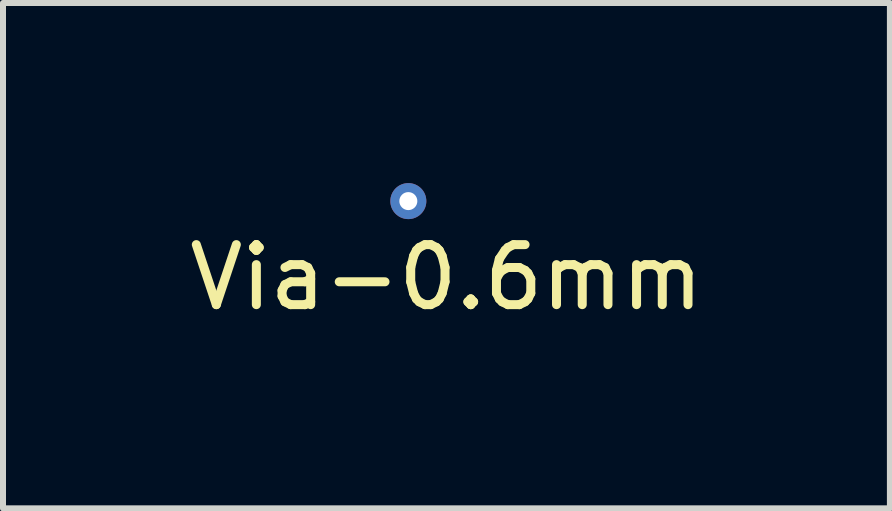
<source format=kicad_pcb>
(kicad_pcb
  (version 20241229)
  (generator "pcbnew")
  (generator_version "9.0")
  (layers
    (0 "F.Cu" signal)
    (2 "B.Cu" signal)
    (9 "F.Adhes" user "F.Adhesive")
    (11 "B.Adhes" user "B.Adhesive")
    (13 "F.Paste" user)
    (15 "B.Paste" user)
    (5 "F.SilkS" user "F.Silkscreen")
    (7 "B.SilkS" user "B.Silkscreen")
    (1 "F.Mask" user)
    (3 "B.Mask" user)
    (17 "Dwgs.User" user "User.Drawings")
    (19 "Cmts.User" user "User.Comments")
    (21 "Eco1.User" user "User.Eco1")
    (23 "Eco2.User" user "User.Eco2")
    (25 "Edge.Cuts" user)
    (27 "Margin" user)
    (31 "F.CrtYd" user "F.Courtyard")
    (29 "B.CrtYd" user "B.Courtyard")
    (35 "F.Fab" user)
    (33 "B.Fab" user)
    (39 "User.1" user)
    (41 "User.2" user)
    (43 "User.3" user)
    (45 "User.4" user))
  (footprint "Via-0.6mm"
    (layer "F.Cu")
    (at 3.752 0.3)
    (property "Reference" "Via-0.6mm" (at 0.635 1.27 0) (layer "F.SilkS") (effects (font (size 1 1) (thickness 0.15))))
    (attr through_hole)
    (pad "1" thru_hole circle (at 0 0) (size 0.6 0.6) (drill 0.3) (layers "*.Cu")))
  (gr_rect
    (start -3 -3)
    (end 11.774 5.418)
    (stroke (width 0.1) (type default))
    (fill no)
    (layer "Edge.Cuts")))
</source>
